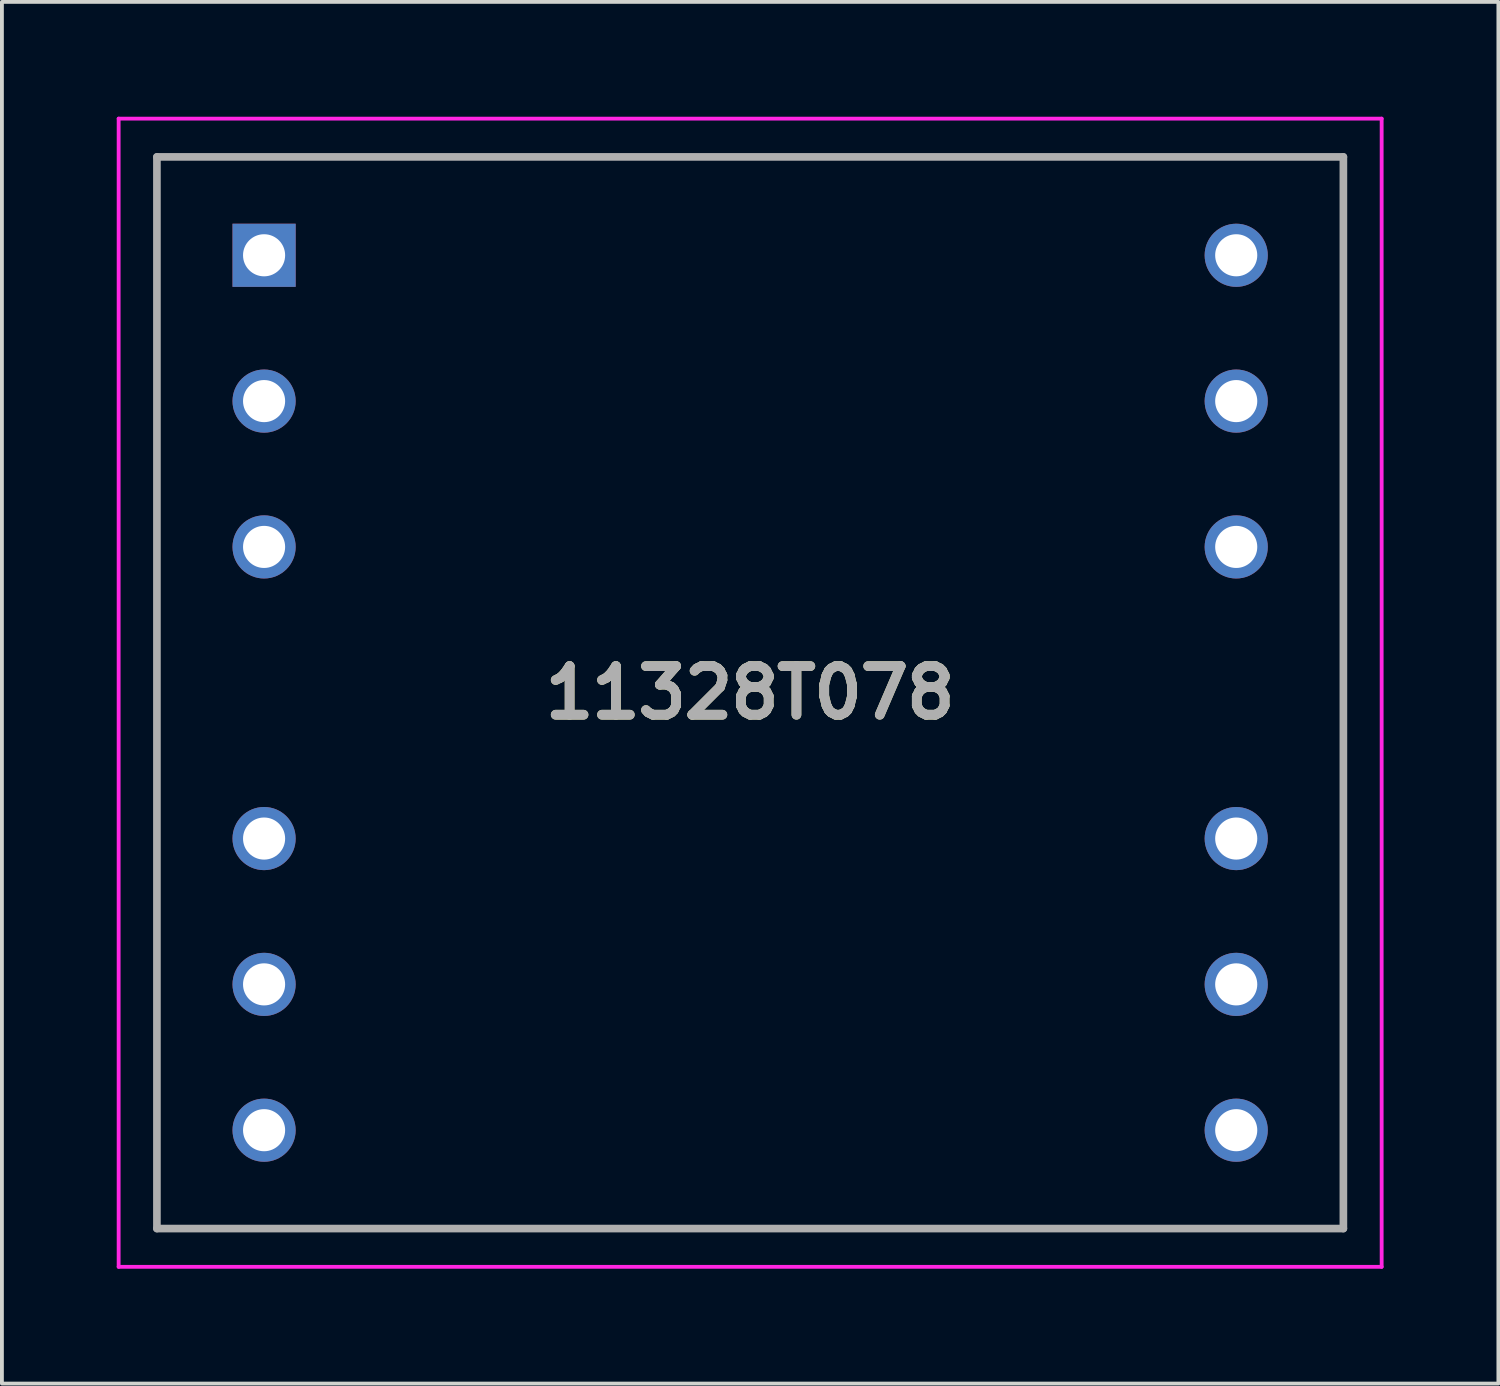
<source format=kicad_pcb>
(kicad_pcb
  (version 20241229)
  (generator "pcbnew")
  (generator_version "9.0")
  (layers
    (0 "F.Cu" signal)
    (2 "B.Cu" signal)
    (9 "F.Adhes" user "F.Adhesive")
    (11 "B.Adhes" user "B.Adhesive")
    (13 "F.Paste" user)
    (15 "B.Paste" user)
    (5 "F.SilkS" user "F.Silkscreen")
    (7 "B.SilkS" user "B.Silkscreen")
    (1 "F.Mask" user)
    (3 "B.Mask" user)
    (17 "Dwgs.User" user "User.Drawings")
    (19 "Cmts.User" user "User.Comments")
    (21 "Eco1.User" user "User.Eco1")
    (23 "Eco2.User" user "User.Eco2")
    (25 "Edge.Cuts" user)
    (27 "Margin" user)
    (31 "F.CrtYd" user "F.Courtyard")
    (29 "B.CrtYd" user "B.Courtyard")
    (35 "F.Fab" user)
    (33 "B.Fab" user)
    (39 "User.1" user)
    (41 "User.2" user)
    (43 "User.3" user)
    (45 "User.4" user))
  (footprint "11328T078"
    (layer "F.Cu")
    (at 3.85 3.62)
    (property "Reference" "11328T078" (at 12.7 11.43 0) (layer "F.SilkS") (effects (font (size 1.27 1.27) (thickness 0.254))))
    (attr through_hole)
    (fp_line (start -2.8 -2.57) (end 28.2 -2.57) (stroke (width 0.1) (type solid)) (layer "F.SilkS"))
    (fp_line (start -2.8 25.43) (end -2.8 -2.57) (stroke (width 0.1) (type solid)) (layer "F.SilkS"))
    (fp_line (start 28.2 -2.57) (end 28.2 25.43) (stroke (width 0.1) (type solid)) (layer "F.SilkS"))
    (fp_line (start 28.2 25.43) (end -2.8 25.43) (stroke (width 0.1) (type solid)) (layer "F.SilkS"))
    (fp_line (start -3.8 -3.57) (end 29.2 -3.57) (stroke (width 0.1) (type solid)) (layer "F.CrtYd"))
    (fp_line (start -3.8 26.43) (end -3.8 -3.57) (stroke (width 0.1) (type solid)) (layer "F.CrtYd"))
    (fp_line (start 29.2 -3.57) (end 29.2 26.43) (stroke (width 0.1) (type solid)) (layer "F.CrtYd"))
    (fp_line (start 29.2 26.43) (end -3.8 26.43) (stroke (width 0.1) (type solid)) (layer "F.CrtYd"))
    (fp_line (start -2.8 -2.57) (end -2.8 25.43) (stroke (width 0.2) (type solid)) (layer "F.Fab"))
    (fp_line (start -2.8 25.43) (end 28.2 25.43) (stroke (width 0.2) (type solid)) (layer "F.Fab"))
    (fp_line (start 28.2 -2.57) (end -2.8 -2.57) (stroke (width 0.2) (type solid)) (layer "F.Fab"))
    (fp_line (start 28.2 25.43) (end 28.2 -2.57) (stroke (width 0.2) (type solid)) (layer "F.Fab"))
    (fp_text user "${REFERENCE}" (at 12.7 11.43 0) (layer "F.Fab") (effects (font (size 1.27 1.27) (thickness 0.254))))
    (pad "1" thru_hole rect (at 0 0) (size 1.65 1.65) (drill 1.1) (layers "*.Cu" "*.Mask"))
    (pad "2" thru_hole circle (at 0 3.81) (size 1.65 1.65) (drill 1.1) (layers "*.Cu" "*.Mask"))
    (pad "3" thru_hole circle (at 0 7.62) (size 1.65 1.65) (drill 1.1) (layers "*.Cu" "*.Mask"))
    (pad "4" thru_hole circle (at 0 15.24) (size 1.65 1.65) (drill 1.1) (layers "*.Cu" "*.Mask"))
    (pad "5" thru_hole circle (at 0 19.05) (size 1.65 1.65) (drill 1.1) (layers "*.Cu" "*.Mask"))
    (pad "6" thru_hole circle (at 0 22.86) (size 1.65 1.65) (drill 1.1) (layers "*.Cu" "*.Mask"))
    (pad "7" thru_hole circle (at 25.4 22.86) (size 1.65 1.65) (drill 1.1) (layers "*.Cu" "*.Mask"))
    (pad "8" thru_hole circle (at 25.4 19.05) (size 1.65 1.65) (drill 1.1) (layers "*.Cu" "*.Mask"))
    (pad "9" thru_hole circle (at 25.4 15.24) (size 1.65 1.65) (drill 1.1) (layers "*.Cu" "*.Mask"))
    (pad "10" thru_hole circle (at 25.4 7.62) (size 1.65 1.65) (drill 1.1) (layers "*.Cu" "*.Mask"))
    (pad "11" thru_hole circle (at 25.4 3.81) (size 1.65 1.65) (drill 1.1) (layers "*.Cu" "*.Mask"))
    (pad "12" thru_hole circle (at 25.4 0) (size 1.65 1.65) (drill 1.1) (layers "*.Cu" "*.Mask")))
  (gr_rect
    (start -3 -3)
    (end 36.1 33.1)
    (stroke (width 0.1) (type default))
    (fill no)
    (layer "Edge.Cuts")))
</source>
